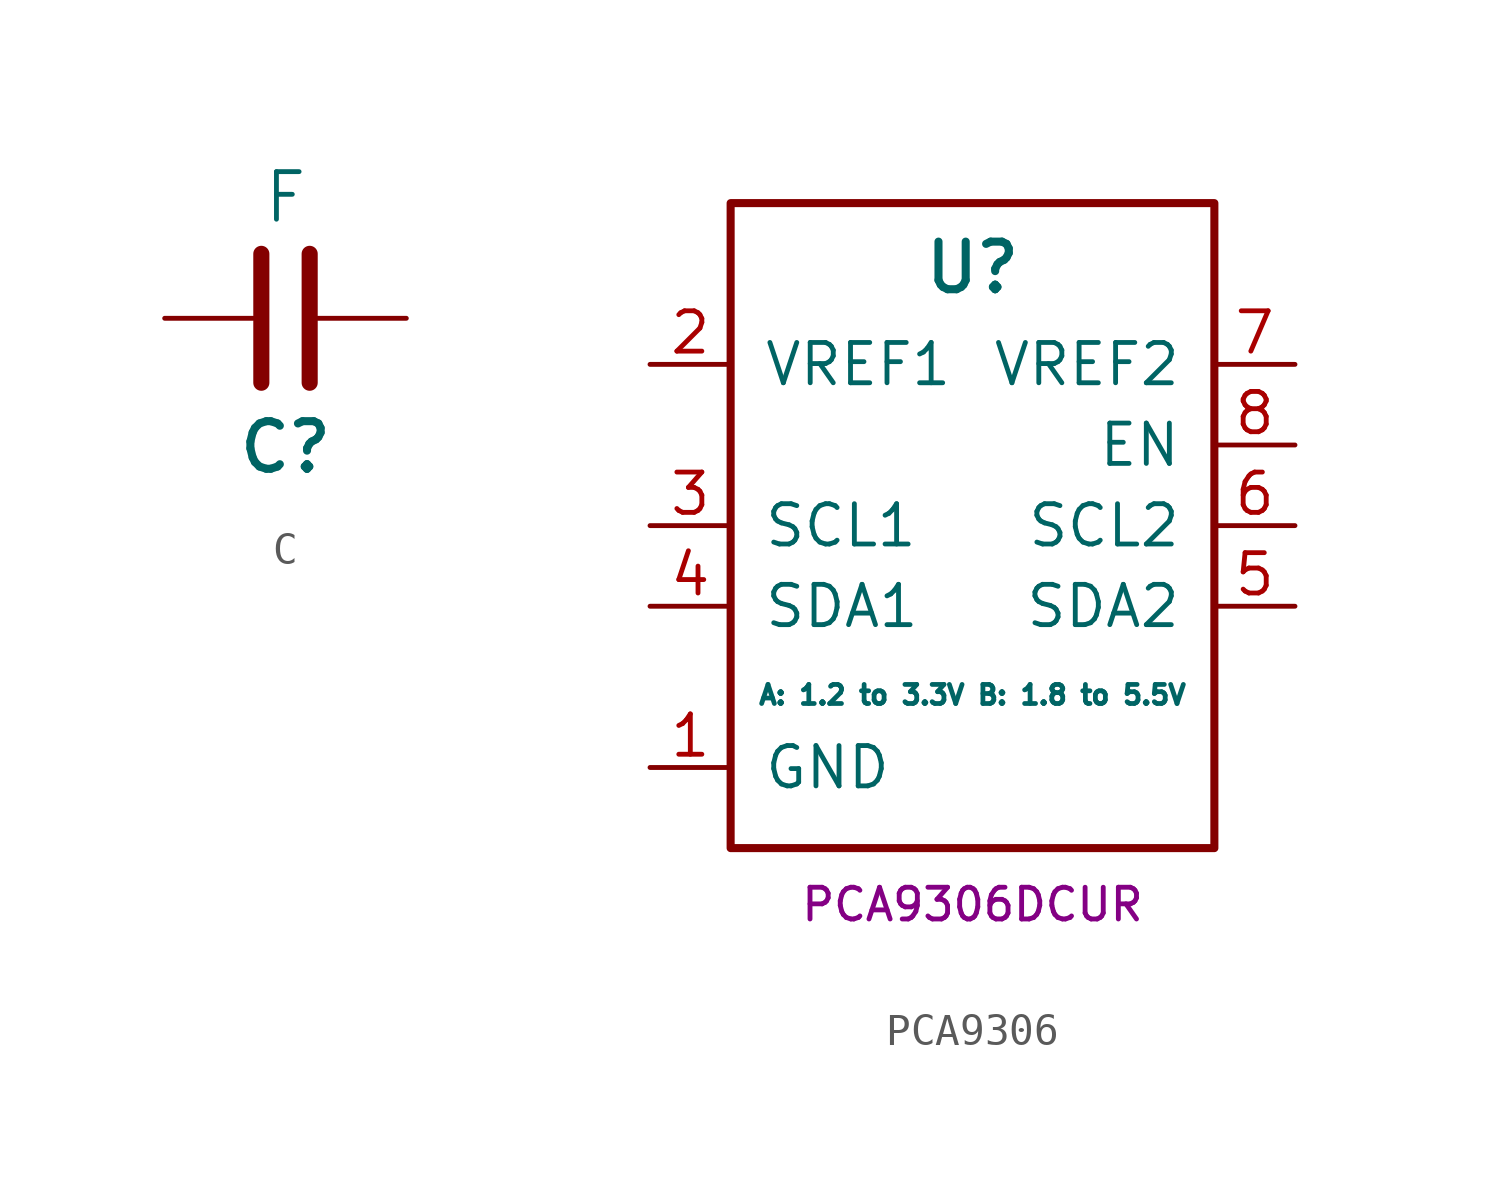
<source format=kicad_sym>
(kicad_symbol_lib
  (version 20241209)
  (generator "kicad_symbol_editor")
  (generator_version "9.0")
  (symbol "C"
    (pin_numbers
      (hide yes))
    (pin_names
      (offset 0.254))
    (property "Reference" "C"
      (at 0 -4.064 0)
      (effects (font (size 1.5 1.5) (thickness 0.254) (bold yes))))
    (property "Value" "F"
      (at 0 3.81 0)
      (effects (font (size 1.5 1.5))))
    (symbol "C_0_1"
      (polyline (pts (xy -0.762 2.032) (xy -0.762 -2.032)) (stroke (width 0.508) (type default)) (fill (type none)))
      (polyline (pts (xy 0.762 2.032) (xy 0.762 -2.032)) (stroke (width 0.508) (type default)) (fill (type none))))
    (symbol "C_1_1"
      (pin passive line (at -3.81 0 0) (length 2.794) (name "~" (effects (font (size 1.27 1.27)))) (number "2" (effects (font (size 1.27 1.27)))))
      (pin passive line (at 3.81 0 180) (length 2.794) (name "~" (effects (font (size 1.27 1.27)))) (number "1" (effects (font (size 1.27 1.27)))))))
  (symbol "PCA9306"
    (pin_names
      (offset 1.016))
    (property "Reference" "U"
      (at 0 8.128 0)
      (do_not_autoplace)
      (effects (font (size 1.5 1.5) (thickness 0.254) (bold yes))))
    (property "Value" "A: 1.2 to 3.3V B: 1.8 to 5.5V"
      (at 0 -5.334 0)
      (do_not_autoplace)
      (effects (font (size 0.6 0.6))))
    (property "MPN" "PCA9306DCUR"
      (at 0 -11.938 0)
      (do_not_autoplace)
      (effects (font (size 1 1))))
    (symbol "PCA9306_1_1"
      (rectangle (start -7.62 10.16) (end 7.62 -10.16) (stroke (width 0.254) (type solid)) (fill (type none)))
      (pin power_in line (at -10.16 5.08 0) (length 2.54) (name "VREF1" (effects (font (size 1.27 1.27)))) (number "2" (effects (font (size 1.27 1.27)))))
      (pin bidirectional line (at -10.16 0 0) (length 2.54) (name "SCL1" (effects (font (size 1.27 1.27)))) (number "3" (effects (font (size 1.27 1.27)))))
      (pin bidirectional line (at -10.16 -2.54 0) (length 2.54) (name "SDA1" (effects (font (size 1.27 1.27)))) (number "4" (effects (font (size 1.27 1.27)))))
      (pin power_in line (at -10.16 -7.62 0) (length 2.54) (name "GND" (effects (font (size 1.27 1.27)))) (number "1" (effects (font (size 1.27 1.27)))))
      (pin power_in line (at 10.16 5.08 180) (length 2.54) (name "VREF2" (effects (font (size 1.27 1.27)))) (number "7" (effects (font (size 1.27 1.27)))))
      (pin input line (at 10.16 2.54 180) (length 2.54) (name "EN" (effects (font (size 1.27 1.27)))) (number "8" (effects (font (size 1.27 1.27)))))
      (pin bidirectional line (at 10.16 0 180) (length 2.54) (name "SCL2" (effects (font (size 1.27 1.27)))) (number "6" (effects (font (size 1.27 1.27)))))
      (pin bidirectional line (at 10.16 -2.54 180) (length 2.54) (name "SDA2" (effects (font (size 1.27 1.27)))) (number "5" (effects (font (size 1.27 1.27))))))))
</source>
